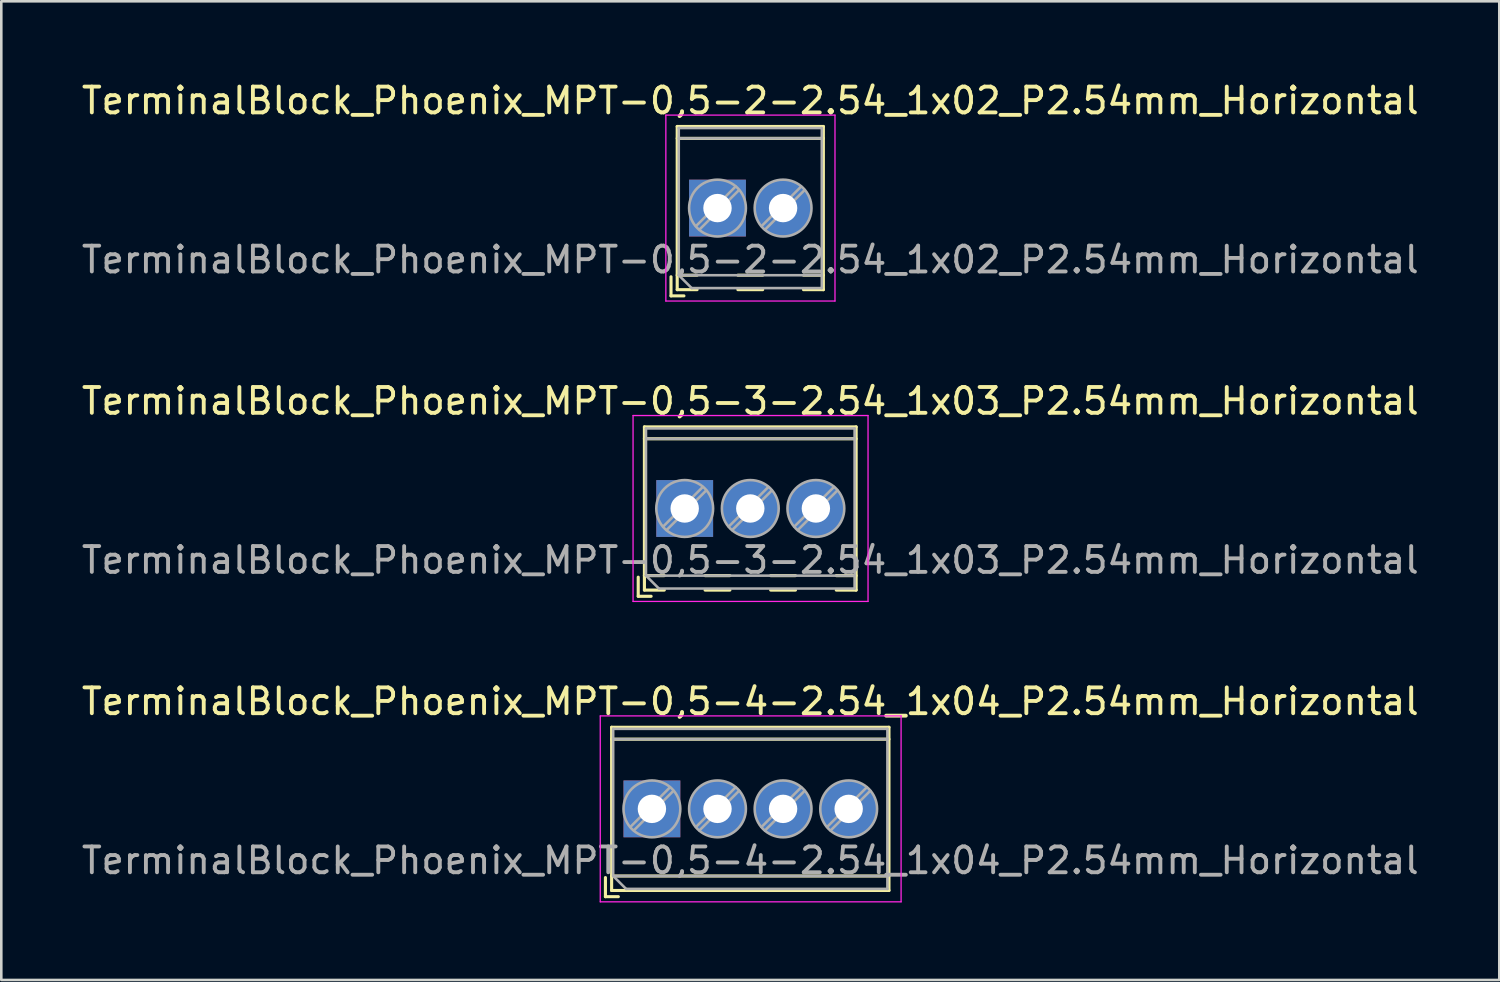
<source format=kicad_pcb>
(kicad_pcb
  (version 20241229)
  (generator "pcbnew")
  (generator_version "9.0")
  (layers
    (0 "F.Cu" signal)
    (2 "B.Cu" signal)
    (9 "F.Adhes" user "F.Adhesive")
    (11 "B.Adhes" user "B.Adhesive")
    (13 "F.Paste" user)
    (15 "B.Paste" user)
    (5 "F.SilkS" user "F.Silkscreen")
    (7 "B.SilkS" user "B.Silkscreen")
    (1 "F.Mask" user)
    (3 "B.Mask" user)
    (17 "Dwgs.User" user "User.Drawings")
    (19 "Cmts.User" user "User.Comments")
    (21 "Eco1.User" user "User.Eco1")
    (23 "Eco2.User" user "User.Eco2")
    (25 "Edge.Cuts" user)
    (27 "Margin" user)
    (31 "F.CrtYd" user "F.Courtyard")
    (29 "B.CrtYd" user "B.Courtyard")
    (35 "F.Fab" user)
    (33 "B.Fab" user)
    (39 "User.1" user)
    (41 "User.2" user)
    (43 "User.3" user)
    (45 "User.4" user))
  (footprint "TerminalBlock_Phoenix_MPT-0,5-3-2.54_1x03_P2.54mm_Horizontal"
    (layer "F.Cu")
    (at 23.466 16.642)
    (property "Reference" "TerminalBlock_Phoenix_MPT-0,5-3-2.54_1x03_P2.54mm_Horizontal" (at 2.54 -4.16 0) (layer "F.SilkS") (effects (font (size 1 1) (thickness 0.15))))
    (attr through_hole)
    (fp_line (start -1.8 2.66) (end -1.8 3.4) (stroke (width 0.12) (type solid)) (layer "F.SilkS"))
    (fp_line (start -1.8 3.4) (end -1.3 3.4) (stroke (width 0.12) (type solid)) (layer "F.SilkS"))
    (fp_line (start -1.56 -3.16) (end -1.56 3.16) (stroke (width 0.12) (type solid)) (layer "F.SilkS"))
    (fp_line (start -1.56 -3.16) (end 6.64 -3.16) (stroke (width 0.12) (type solid)) (layer "F.SilkS"))
    (fp_line (start -1.56 -2.7) (end 6.64 -2.7) (stroke (width 0.12) (type solid)) (layer "F.SilkS"))
    (fp_line (start -1.56 2.6) (end -0.79 2.6) (stroke (width 0.12) (type solid)) (layer "F.SilkS"))
    (fp_line (start -1.56 3.16) (end -0.79 3.16) (stroke (width 0.12) (type solid)) (layer "F.SilkS"))
    (fp_line (start 0.79 2.6) (end 1.75 2.6) (stroke (width 0.12) (type solid)) (layer "F.SilkS"))
    (fp_line (start 0.79 3.16) (end 1.75 3.16) (stroke (width 0.12) (type solid)) (layer "F.SilkS"))
    (fp_line (start 3.33 2.6) (end 4.29 2.6) (stroke (width 0.12) (type solid)) (layer "F.SilkS"))
    (fp_line (start 3.33 3.16) (end 4.29 3.16) (stroke (width 0.12) (type solid)) (layer "F.SilkS"))
    (fp_line (start 5.87 2.6) (end 6.64 2.6) (stroke (width 0.12) (type solid)) (layer "F.SilkS"))
    (fp_line (start 5.87 3.16) (end 6.64 3.16) (stroke (width 0.12) (type solid)) (layer "F.SilkS"))
    (fp_line (start 6.64 -3.16) (end 6.64 3.16) (stroke (width 0.12) (type solid)) (layer "F.SilkS"))
    (fp_line (start -2 -3.6) (end -2 3.6) (stroke (width 0.05) (type solid)) (layer "F.CrtYd"))
    (fp_line (start -2 3.6) (end 7.1 3.6) (stroke (width 0.05) (type solid)) (layer "F.CrtYd"))
    (fp_line (start 7.1 -3.6) (end -2 -3.6) (stroke (width 0.05) (type solid)) (layer "F.CrtYd"))
    (fp_line (start 7.1 3.6) (end 7.1 -3.6) (stroke (width 0.05) (type solid)) (layer "F.CrtYd"))
    (fp_line (start -1.5 -3.1) (end 6.58 -3.1) (stroke (width 0.1) (type solid)) (layer "F.Fab"))
    (fp_line (start -1.5 -2.7) (end 6.58 -2.7) (stroke (width 0.1) (type solid)) (layer "F.Fab"))
    (fp_line (start -1.5 2.6) (end -1.5 -3.1) (stroke (width 0.1) (type solid)) (layer "F.Fab"))
    (fp_line (start -1.5 2.6) (end 6.58 2.6) (stroke (width 0.1) (type solid)) (layer "F.Fab"))
    (fp_line (start -1 3.1) (end -1.5 2.6) (stroke (width 0.1) (type solid)) (layer "F.Fab"))
    (fp_line (start 0.701 -0.835) (end -0.835 0.7) (stroke (width 0.1) (type solid)) (layer "F.Fab"))
    (fp_line (start 0.835 -0.7) (end -0.701 0.835) (stroke (width 0.1) (type solid)) (layer "F.Fab"))
    (fp_line (start 3.241 -0.835) (end 1.706 0.7) (stroke (width 0.1) (type solid)) (layer "F.Fab"))
    (fp_line (start 3.375 -0.7) (end 1.84 0.835) (stroke (width 0.1) (type solid)) (layer "F.Fab"))
    (fp_line (start 5.781 -0.835) (end 4.246 0.7) (stroke (width 0.1) (type solid)) (layer "F.Fab"))
    (fp_line (start 5.915 -0.7) (end 4.38 0.835) (stroke (width 0.1) (type solid)) (layer "F.Fab"))
    (fp_line (start 6.58 -3.1) (end 6.58 3.1) (stroke (width 0.1) (type solid)) (layer "F.Fab"))
    (fp_line (start 6.58 3.1) (end -1 3.1) (stroke (width 0.1) (type solid)) (layer "F.Fab"))
    (fp_circle (center 0 0) (end 1.1 0) (stroke (width 0.1) (type solid)) (fill no) (layer "F.Fab"))
    (fp_circle (center 2.54 0) (end 3.64 0) (stroke (width 0.1) (type solid)) (fill no) (layer "F.Fab"))
    (fp_circle (center 5.08 0) (end 6.18 0) (stroke (width 0.1) (type solid)) (fill no) (layer "F.Fab"))
    (fp_text user "${REFERENCE}" (at 2.54 2 0) (layer "F.Fab") (effects (font (size 1 1) (thickness 0.15))))
    (pad "" np_thru_hole rect (at 0 2.54) (size 0.001 0.001) (drill 1.1) (layers "*.Cu" "*.Mask"))
    (pad "" np_thru_hole circle (at 2.54 2.54) (size 0.001 0.001) (drill 1.1) (layers "*.Cu" "*.Mask"))
    (pad "" np_thru_hole circle (at 5.08 2.54) (size 0.001 0.001) (drill 1.1) (layers "*.Cu" "*.Mask"))
    (pad "1" thru_hole rect (at 0 0) (size 2.2 2.2) (drill 1.1) (layers "*.Cu" "*.Mask"))
    (pad "2" thru_hole circle (at 2.54 0) (size 2.2 2.2) (drill 1.1) (layers "*.Cu" "*.Mask"))
    (pad "3" thru_hole circle (at 5.08 0) (size 2.2 2.2) (drill 1.1) (layers "*.Cu" "*.Mask")))
  (footprint "TerminalBlock_Phoenix_MPT-0,5-4-2.54_1x04_P2.54mm_Horizontal"
    (layer "F.Cu")
    (at 22.196 28.275)
    (property "Reference" "TerminalBlock_Phoenix_MPT-0,5-4-2.54_1x04_P2.54mm_Horizontal" (at 3.81 -4.16 0) (layer "F.SilkS") (effects (font (size 1 1) (thickness 0.15))))
    (attr through_hole)
    (fp_line (start -1.8 2.66) (end -1.8 3.4) (stroke (width 0.12) (type solid)) (layer "F.SilkS"))
    (fp_line (start -1.8 3.4) (end -1.3 3.4) (stroke (width 0.12) (type solid)) (layer "F.SilkS"))
    (fp_line (start -1.56 -3.16) (end -1.56 3.16) (stroke (width 0.12) (type solid)) (layer "F.SilkS"))
    (fp_line (start -1.56 -3.16) (end 9.18 -3.16) (stroke (width 0.12) (type solid)) (layer "F.SilkS"))
    (fp_line (start -1.56 -2.7) (end 9.18 -2.7) (stroke (width 0.12) (type solid)) (layer "F.SilkS"))
    (fp_line (start -1.56 2.6) (end 9.18 2.6) (stroke (width 0.12) (type solid)) (layer "F.SilkS"))
    (fp_line (start -1.56 3.16) (end 9.18 3.16) (stroke (width 0.12) (type solid)) (layer "F.SilkS"))
    (fp_line (start 9.18 -3.16) (end 9.18 3.16) (stroke (width 0.12) (type solid)) (layer "F.SilkS"))
    (fp_line (start -2 -3.6) (end -2 3.6) (stroke (width 0.05) (type solid)) (layer "F.CrtYd"))
    (fp_line (start -2 3.6) (end 9.65 3.6) (stroke (width 0.05) (type solid)) (layer "F.CrtYd"))
    (fp_line (start 9.65 -3.6) (end -2 -3.6) (stroke (width 0.05) (type solid)) (layer "F.CrtYd"))
    (fp_line (start 9.65 3.6) (end 9.65 -3.6) (stroke (width 0.05) (type solid)) (layer "F.CrtYd"))
    (fp_line (start -1.5 -3.1) (end 9.12 -3.1) (stroke (width 0.1) (type solid)) (layer "F.Fab"))
    (fp_line (start -1.5 -2.7) (end 9.12 -2.7) (stroke (width 0.1) (type solid)) (layer "F.Fab"))
    (fp_line (start -1.5 2.6) (end -1.5 -3.1) (stroke (width 0.1) (type solid)) (layer "F.Fab"))
    (fp_line (start -1.5 2.6) (end 9.12 2.6) (stroke (width 0.1) (type solid)) (layer "F.Fab"))
    (fp_line (start -1 3.1) (end -1.5 2.6) (stroke (width 0.1) (type solid)) (layer "F.Fab"))
    (fp_line (start 0.701 -0.835) (end -0.835 0.7) (stroke (width 0.1) (type solid)) (layer "F.Fab"))
    (fp_line (start 0.835 -0.7) (end -0.701 0.835) (stroke (width 0.1) (type solid)) (layer "F.Fab"))
    (fp_line (start 3.241 -0.835) (end 1.706 0.7) (stroke (width 0.1) (type solid)) (layer "F.Fab"))
    (fp_line (start 3.375 -0.7) (end 1.84 0.835) (stroke (width 0.1) (type solid)) (layer "F.Fab"))
    (fp_line (start 5.781 -0.835) (end 4.246 0.7) (stroke (width 0.1) (type solid)) (layer "F.Fab"))
    (fp_line (start 5.915 -0.7) (end 4.38 0.835) (stroke (width 0.1) (type solid)) (layer "F.Fab"))
    (fp_line (start 8.321 -0.835) (end 6.786 0.7) (stroke (width 0.1) (type solid)) (layer "F.Fab"))
    (fp_line (start 8.455 -0.7) (end 6.92 0.835) (stroke (width 0.1) (type solid)) (layer "F.Fab"))
    (fp_line (start 9.12 -3.1) (end 9.12 3.1) (stroke (width 0.1) (type solid)) (layer "F.Fab"))
    (fp_line (start 9.12 3.1) (end -1 3.1) (stroke (width 0.1) (type solid)) (layer "F.Fab"))
    (fp_circle (center 0 0) (end 1.1 0) (stroke (width 0.1) (type solid)) (fill no) (layer "F.Fab"))
    (fp_circle (center 2.54 0) (end 3.64 0) (stroke (width 0.1) (type solid)) (fill no) (layer "F.Fab"))
    (fp_circle (center 5.08 0) (end 6.18 0) (stroke (width 0.1) (type solid)) (fill no) (layer "F.Fab"))
    (fp_circle (center 7.62 0) (end 8.72 0) (stroke (width 0.1) (type solid)) (fill no) (layer "F.Fab"))
    (fp_text user "${REFERENCE}" (at 3.81 2 0) (layer "F.Fab") (effects (font (size 1 1) (thickness 0.15))))
    (pad "1" thru_hole rect (at 0 0) (size 2.2 2.2) (drill 1.1) (layers "*.Cu" "*.Mask"))
    (pad "2" thru_hole circle (at 2.54 0) (size 2.2 2.2) (drill 1.1) (layers "*.Cu" "*.Mask"))
    (pad "3" thru_hole circle (at 5.08 0) (size 2.2 2.2) (drill 1.1) (layers "*.Cu" "*.Mask"))
    (pad "4" thru_hole circle (at 7.62 0) (size 2.2 2.2) (drill 1.1) (layers "*.Cu" "*.Mask")))
  (footprint "TerminalBlock_Phoenix_MPT-0,5-2-2.54_1x02_P2.54mm_Horizontal"
    (layer "F.Cu")
    (at 24.736 5.008)
    (property "Reference" "TerminalBlock_Phoenix_MPT-0,5-2-2.54_1x02_P2.54mm_Horizontal" (at 1.27 -4.16 0) (layer "F.SilkS") (effects (font (size 1 1) (thickness 0.15))))
    (attr through_hole)
    (fp_line (start -1.8 2.66) (end -1.8 3.4) (stroke (width 0.12) (type solid)) (layer "F.SilkS"))
    (fp_line (start -1.8 3.4) (end -1.3 3.4) (stroke (width 0.12) (type solid)) (layer "F.SilkS"))
    (fp_line (start -1.56 -3.16) (end -1.56 3.16) (stroke (width 0.12) (type solid)) (layer "F.SilkS"))
    (fp_line (start -1.56 -3.16) (end 4.1 -3.16) (stroke (width 0.12) (type solid)) (layer "F.SilkS"))
    (fp_line (start -1.56 -2.7) (end 4.1 -2.7) (stroke (width 0.12) (type solid)) (layer "F.SilkS"))
    (fp_line (start -1.56 2.6) (end -0.79 2.6) (stroke (width 0.12) (type solid)) (layer "F.SilkS"))
    (fp_line (start -1.56 3.16) (end -0.79 3.16) (stroke (width 0.12) (type solid)) (layer "F.SilkS"))
    (fp_line (start 0.79 2.6) (end 1.75 2.6) (stroke (width 0.12) (type solid)) (layer "F.SilkS"))
    (fp_line (start 0.79 3.16) (end 1.75 3.16) (stroke (width 0.12) (type solid)) (layer "F.SilkS"))
    (fp_line (start 3.33 2.6) (end 4.1 2.6) (stroke (width 0.12) (type solid)) (layer "F.SilkS"))
    (fp_line (start 3.33 3.16) (end 4.1 3.16) (stroke (width 0.12) (type solid)) (layer "F.SilkS"))
    (fp_line (start 4.1 -3.16) (end 4.1 3.16) (stroke (width 0.12) (type solid)) (layer "F.SilkS"))
    (fp_line (start -2 -3.6) (end -2 3.6) (stroke (width 0.05) (type solid)) (layer "F.CrtYd"))
    (fp_line (start -2 3.6) (end 4.55 3.6) (stroke (width 0.05) (type solid)) (layer "F.CrtYd"))
    (fp_line (start 4.55 -3.6) (end -2 -3.6) (stroke (width 0.05) (type solid)) (layer "F.CrtYd"))
    (fp_line (start 4.55 3.6) (end 4.55 -3.6) (stroke (width 0.05) (type solid)) (layer "F.CrtYd"))
    (fp_line (start -1.5 -3.1) (end 4.04 -3.1) (stroke (width 0.1) (type solid)) (layer "F.Fab"))
    (fp_line (start -1.5 -2.7) (end 4.04 -2.7) (stroke (width 0.1) (type solid)) (layer "F.Fab"))
    (fp_line (start -1.5 2.6) (end -1.5 -3.1) (stroke (width 0.1) (type solid)) (layer "F.Fab"))
    (fp_line (start -1.5 2.6) (end 4.04 2.6) (stroke (width 0.1) (type solid)) (layer "F.Fab"))
    (fp_line (start -1 3.1) (end -1.5 2.6) (stroke (width 0.1) (type solid)) (layer "F.Fab"))
    (fp_line (start 0.701 -0.835) (end -0.835 0.7) (stroke (width 0.1) (type solid)) (layer "F.Fab"))
    (fp_line (start 0.835 -0.7) (end -0.701 0.835) (stroke (width 0.1) (type solid)) (layer "F.Fab"))
    (fp_line (start 3.241 -0.835) (end 1.706 0.7) (stroke (width 0.1) (type solid)) (layer "F.Fab"))
    (fp_line (start 3.375 -0.7) (end 1.84 0.835) (stroke (width 0.1) (type solid)) (layer "F.Fab"))
    (fp_line (start 4.04 -3.1) (end 4.04 3.1) (stroke (width 0.1) (type solid)) (layer "F.Fab"))
    (fp_line (start 4.04 3.1) (end -1 3.1) (stroke (width 0.1) (type solid)) (layer "F.Fab"))
    (fp_circle (center 0 0) (end 1.1 0) (stroke (width 0.1) (type solid)) (fill no) (layer "F.Fab"))
    (fp_circle (center 2.54 0) (end 3.64 0) (stroke (width 0.1) (type solid)) (fill no) (layer "F.Fab"))
    (fp_text user "${REFERENCE}" (at 1.27 2 0) (layer "F.Fab") (effects (font (size 1 1) (thickness 0.15))))
    (pad "" np_thru_hole rect (at 0 2.54) (size 0.001 0.001) (drill 1.1) (layers "*.Cu" "*.Mask"))
    (pad "" np_thru_hole circle (at 2.54 2.54) (size 0.001 0.001) (drill 1.1) (layers "*.Cu" "*.Mask"))
    (pad "1" thru_hole rect (at 0 0) (size 2.2 2.2) (drill 1.1) (layers "*.Cu" "*.Mask"))
    (pad "2" thru_hole circle (at 2.54 0) (size 2.2 2.2) (drill 1.1) (layers "*.Cu" "*.Mask")))
  (gr_rect
    (start -3 -3)
    (end 55.012 34.9)
    (stroke (width 0.1) (type default))
    (fill no)
    (layer "Edge.Cuts")))
</source>
